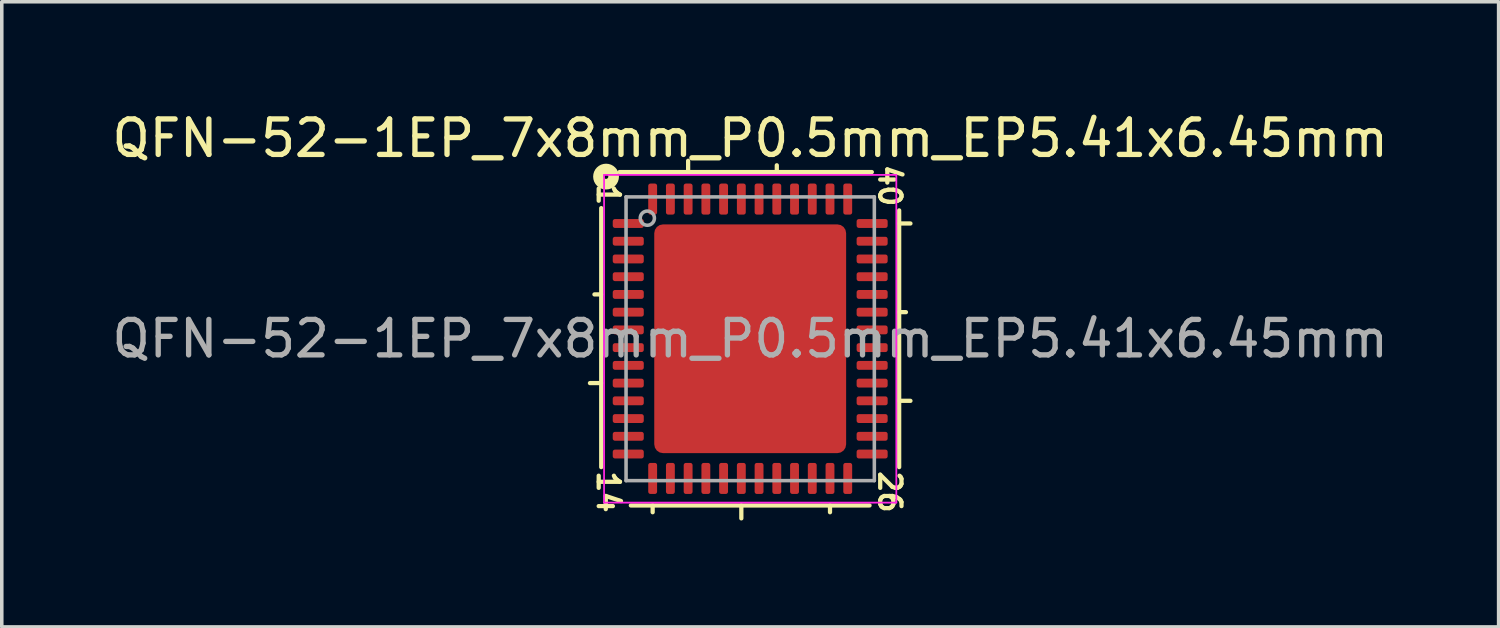
<source format=kicad_pcb>
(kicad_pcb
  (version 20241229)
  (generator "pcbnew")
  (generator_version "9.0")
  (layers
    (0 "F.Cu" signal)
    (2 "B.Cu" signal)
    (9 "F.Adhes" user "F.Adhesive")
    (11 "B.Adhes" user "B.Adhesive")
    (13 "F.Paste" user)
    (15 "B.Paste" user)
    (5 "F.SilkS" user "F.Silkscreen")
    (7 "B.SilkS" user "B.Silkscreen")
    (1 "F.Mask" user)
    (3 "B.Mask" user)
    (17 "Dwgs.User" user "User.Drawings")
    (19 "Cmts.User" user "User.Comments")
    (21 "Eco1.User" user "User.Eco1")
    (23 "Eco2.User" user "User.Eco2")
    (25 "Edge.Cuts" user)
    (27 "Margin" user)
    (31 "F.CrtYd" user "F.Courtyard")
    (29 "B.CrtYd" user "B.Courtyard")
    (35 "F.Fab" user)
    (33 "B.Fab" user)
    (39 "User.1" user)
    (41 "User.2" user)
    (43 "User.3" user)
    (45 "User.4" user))
  (footprint "QFN-52-1EP_7x8mm_P0.5mm_EP5.41x6.45mm"
    (layer "F.Cu")
    (at 18.101 6.501)
    (property "Reference" "QFN-52-1EP_7x8mm_P0.5mm_EP5.41x6.45mm" (at 0 -5.652 0) (layer "F.SilkS") (effects (font (size 1 1) (thickness 0.15))))
    (attr smd)
    (fp_line (start -4.2 -3.683) (end -4.2 3.619) (stroke (width 0.12) (type solid)) (layer "F.SilkS"))
    (fp_line (start -4.2 -1.25) (end -4.391 -1.25) (stroke (width 0.12) (type solid)) (layer "F.SilkS"))
    (fp_line (start -4.2 1.25) (end -4.518 1.25) (stroke (width 0.12) (type solid)) (layer "F.SilkS"))
    (fp_line (start -3.365 4.7) (end 3.365 4.7) (stroke (width 0.12) (type solid)) (layer "F.SilkS"))
    (fp_line (start -2.75 4.7) (end -2.75 4.891) (stroke (width 0.12) (type solid)) (layer "F.SilkS"))
    (fp_line (start -1.75 -4.7) (end -1.75 -5.018) (stroke (width 0.12) (type solid)) (layer "F.SilkS"))
    (fp_line (start -0.25 4.7) (end -0.25 5.064) (stroke (width 0.12) (type solid)) (layer "F.SilkS"))
    (fp_line (start 0.75 -4.7) (end 0.75 -4.891) (stroke (width 0.12) (type solid)) (layer "F.SilkS"))
    (fp_line (start 2.25 4.7) (end 2.25 4.891) (stroke (width 0.12) (type solid)) (layer "F.SilkS"))
    (fp_line (start 3.429 -4.7) (end -3.683 -4.7) (stroke (width 0.12) (type solid)) (layer "F.SilkS"))
    (fp_line (start 4.2 -3.25) (end 4.518 -3.25) (stroke (width 0.12) (type solid)) (layer "F.SilkS"))
    (fp_line (start 4.2 -0.75) (end 4.391 -0.75) (stroke (width 0.12) (type solid)) (layer "F.SilkS"))
    (fp_line (start 4.2 1.75) (end 4.518 1.75) (stroke (width 0.12) (type solid)) (layer "F.SilkS"))
    (fp_line (start 4.2 3.619) (end 4.2 -3.619) (stroke (width 0.12) (type solid)) (layer "F.SilkS"))
    (fp_circle (center -4.064 -4.572) (end -4 -4.572) (stroke (width 0.3) (type solid)) (fill no) (layer "F.SilkS"))
    (fp_line (start -4.12 -4.62) (end -4.12 4.62) (stroke (width 0.05) (type solid)) (layer "F.CrtYd"))
    (fp_line (start -4.12 4.62) (end 4.12 4.62) (stroke (width 0.05) (type solid)) (layer "F.CrtYd"))
    (fp_line (start 4.12 -4.62) (end -4.12 -4.62) (stroke (width 0.05) (type solid)) (layer "F.CrtYd"))
    (fp_line (start 4.12 4.62) (end 4.12 -4.62) (stroke (width 0.05) (type solid)) (layer "F.CrtYd"))
    (fp_line (start -3.5 -4) (end 3.5 -4) (stroke (width 0.1) (type solid)) (layer "F.Fab"))
    (fp_line (start -3.5 4) (end -3.5 -4) (stroke (width 0.1) (type solid)) (layer "F.Fab"))
    (fp_line (start 3.5 -4) (end 3.5 4) (stroke (width 0.1) (type solid)) (layer "F.Fab"))
    (fp_line (start 3.5 4) (end -3.5 4) (stroke (width 0.1) (type solid)) (layer "F.Fab"))
    (fp_circle (center -2.9 -3.4) (end -2.7 -3.4) (stroke (width 0.1) (type solid)) (fill no) (layer "F.Fab"))
    (fp_text user "1" (at -4 -4.064 270) (unlocked yes) (layer "F.SilkS") (effects (font (size 0.6 0.6) (thickness 0.12))))
    (fp_text user "14" (at -4 4.318 270) (unlocked yes) (layer "F.SilkS") (effects (font (size 0.6 0.6) (thickness 0.12))))
    (fp_text user "26" (at 3.937 4.318 270) (unlocked yes) (layer "F.SilkS") (effects (font (size 0.6 0.6) (thickness 0.12))))
    (fp_text user "40" (at 3.937 -4.318 270) (unlocked yes) (layer "F.SilkS") (effects (font (size 0.6 0.6) (thickness 0.12))))
    (fp_text user "${REFERENCE}" (at 0 0 0) (layer "F.Fab") (effects (font (size 1 1) (thickness 0.15))))
    (pad "" smd roundrect (at -2.025 -2.58) (size 1.09 1.04) (layers "F.Paste") (roundrect_rratio 0.24))
    (pad "" smd roundrect (at -2.025 -1.29) (size 1.09 1.04) (layers "F.Paste") (roundrect_rratio 0.24))
    (pad "" smd roundrect (at -2.025 0) (size 1.09 1.04) (layers "F.Paste") (roundrect_rratio 0.24))
    (pad "" smd roundrect (at -2.025 1.29) (size 1.09 1.04) (layers "F.Paste") (roundrect_rratio 0.24))
    (pad "" smd roundrect (at -2.025 2.58) (size 1.09 1.04) (layers "F.Paste") (roundrect_rratio 0.24))
    (pad "" smd roundrect (at -0.675 -2.58) (size 1.09 1.04) (layers "F.Paste") (roundrect_rratio 0.24))
    (pad "" smd roundrect (at -0.675 -1.29) (size 1.09 1.04) (layers "F.Paste") (roundrect_rratio 0.24))
    (pad "" smd roundrect (at -0.675 0) (size 1.09 1.04) (layers "F.Paste") (roundrect_rratio 0.24))
    (pad "" smd roundrect (at -0.675 1.29) (size 1.09 1.04) (layers "F.Paste") (roundrect_rratio 0.24))
    (pad "" smd roundrect (at -0.675 2.58) (size 1.09 1.04) (layers "F.Paste") (roundrect_rratio 0.24))
    (pad "" smd roundrect (at 0.675 -2.58) (size 1.09 1.04) (layers "F.Paste") (roundrect_rratio 0.24))
    (pad "" smd roundrect (at 0.675 -1.29) (size 1.09 1.04) (layers "F.Paste") (roundrect_rratio 0.24))
    (pad "" smd roundrect (at 0.675 0) (size 1.09 1.04) (layers "F.Paste") (roundrect_rratio 0.24))
    (pad "" smd roundrect (at 0.675 1.29) (size 1.09 1.04) (layers "F.Paste") (roundrect_rratio 0.24))
    (pad "" smd roundrect (at 0.675 2.58) (size 1.09 1.04) (layers "F.Paste") (roundrect_rratio 0.24))
    (pad "" smd roundrect (at 2.025 -2.58) (size 1.09 1.04) (layers "F.Paste") (roundrect_rratio 0.24))
    (pad "" smd roundrect (at 2.025 -1.29) (size 1.09 1.04) (layers "F.Paste") (roundrect_rratio 0.24))
    (pad "" smd roundrect (at 2.025 0) (size 1.09 1.04) (layers "F.Paste") (roundrect_rratio 0.24))
    (pad "" smd roundrect (at 2.025 1.29) (size 1.09 1.04) (layers "F.Paste") (roundrect_rratio 0.24))
    (pad "" smd roundrect (at 2.025 2.58) (size 1.09 1.04) (layers "F.Paste") (roundrect_rratio 0.24))
    (pad "1" smd roundrect (at -3.438 -3.25) (size 0.875 0.25) (layers "F.Cu" "F.Mask" "F.Paste") (roundrect_rratio 0.25))
    (pad "2" smd roundrect (at -3.438 -2.75) (size 0.875 0.25) (layers "F.Cu" "F.Mask" "F.Paste") (roundrect_rratio 0.25))
    (pad "3" smd roundrect (at -3.438 -2.25) (size 0.875 0.25) (layers "F.Cu" "F.Mask" "F.Paste") (roundrect_rratio 0.25))
    (pad "4" smd roundrect (at -3.438 -1.75) (size 0.875 0.25) (layers "F.Cu" "F.Mask" "F.Paste") (roundrect_rratio 0.25))
    (pad "5" smd roundrect (at -3.438 -1.25) (size 0.875 0.25) (layers "F.Cu" "F.Mask" "F.Paste") (roundrect_rratio 0.25))
    (pad "6" smd roundrect (at -3.438 -0.75) (size 0.875 0.25) (layers "F.Cu" "F.Mask" "F.Paste") (roundrect_rratio 0.25))
    (pad "7" smd roundrect (at -3.438 -0.25) (size 0.875 0.25) (layers "F.Cu" "F.Mask" "F.Paste") (roundrect_rratio 0.25))
    (pad "8" smd roundrect (at -3.438 0.25) (size 0.875 0.25) (layers "F.Cu" "F.Mask" "F.Paste") (roundrect_rratio 0.25))
    (pad "9" smd roundrect (at -3.438 0.75) (size 0.875 0.25) (layers "F.Cu" "F.Mask" "F.Paste") (roundrect_rratio 0.25))
    (pad "10" smd roundrect (at -3.438 1.25) (size 0.875 0.25) (layers "F.Cu" "F.Mask" "F.Paste") (roundrect_rratio 0.25))
    (pad "11" smd roundrect (at -3.438 1.75) (size 0.875 0.25) (layers "F.Cu" "F.Mask" "F.Paste") (roundrect_rratio 0.25))
    (pad "12" smd roundrect (at -3.438 2.25) (size 0.875 0.25) (layers "F.Cu" "F.Mask" "F.Paste") (roundrect_rratio 0.25))
    (pad "13" smd roundrect (at -3.438 2.75) (size 0.875 0.25) (layers "F.Cu" "F.Mask" "F.Paste") (roundrect_rratio 0.25))
    (pad "14" smd roundrect (at -3.438 3.25) (size 0.875 0.25) (layers "F.Cu" "F.Mask" "F.Paste") (roundrect_rratio 0.25))
    (pad "15" smd roundrect (at -2.75 3.938) (size 0.25 0.875) (layers "F.Cu" "F.Mask" "F.Paste") (roundrect_rratio 0.25))
    (pad "16" smd roundrect (at -2.25 3.938) (size 0.25 0.875) (layers "F.Cu" "F.Mask" "F.Paste") (roundrect_rratio 0.25))
    (pad "17" smd roundrect (at -1.75 3.938) (size 0.25 0.875) (layers "F.Cu" "F.Mask" "F.Paste") (roundrect_rratio 0.25))
    (pad "18" smd roundrect (at -1.25 3.938) (size 0.25 0.875) (layers "F.Cu" "F.Mask" "F.Paste") (roundrect_rratio 0.25))
    (pad "19" smd roundrect (at -0.75 3.938) (size 0.25 0.875) (layers "F.Cu" "F.Mask" "F.Paste") (roundrect_rratio 0.25))
    (pad "20" smd roundrect (at -0.25 3.938) (size 0.25 0.875) (layers "F.Cu" "F.Mask" "F.Paste") (roundrect_rratio 0.25))
    (pad "21" smd roundrect (at 0.25 3.938) (size 0.25 0.875) (layers "F.Cu" "F.Mask" "F.Paste") (roundrect_rratio 0.25))
    (pad "22" smd roundrect (at 0.75 3.938) (size 0.25 0.875) (layers "F.Cu" "F.Mask" "F.Paste") (roundrect_rratio 0.25))
    (pad "23" smd roundrect (at 1.25 3.938) (size 0.25 0.875) (layers "F.Cu" "F.Mask" "F.Paste") (roundrect_rratio 0.25))
    (pad "24" smd roundrect (at 1.75 3.938) (size 0.25 0.875) (layers "F.Cu" "F.Mask" "F.Paste") (roundrect_rratio 0.25))
    (pad "25" smd roundrect (at 2.25 3.938) (size 0.25 0.875) (layers "F.Cu" "F.Mask" "F.Paste") (roundrect_rratio 0.25))
    (pad "26" smd roundrect (at 2.75 3.938) (size 0.25 0.875) (layers "F.Cu" "F.Mask" "F.Paste") (roundrect_rratio 0.25))
    (pad "27" smd roundrect (at 3.438 3.25) (size 0.875 0.25) (layers "F.Cu" "F.Mask" "F.Paste") (roundrect_rratio 0.25))
    (pad "28" smd roundrect (at 3.438 2.75) (size 0.875 0.25) (layers "F.Cu" "F.Mask" "F.Paste") (roundrect_rratio 0.25))
    (pad "29" smd roundrect (at 3.438 2.25) (size 0.875 0.25) (layers "F.Cu" "F.Mask" "F.Paste") (roundrect_rratio 0.25))
    (pad "30" smd roundrect (at 3.438 1.75) (size 0.875 0.25) (layers "F.Cu" "F.Mask" "F.Paste") (roundrect_rratio 0.25))
    (pad "31" smd roundrect (at 3.438 1.25) (size 0.875 0.25) (layers "F.Cu" "F.Mask" "F.Paste") (roundrect_rratio 0.25))
    (pad "32" smd roundrect (at 3.438 0.75) (size 0.875 0.25) (layers "F.Cu" "F.Mask" "F.Paste") (roundrect_rratio 0.25))
    (pad "33" smd roundrect (at 3.438 0.25) (size 0.875 0.25) (layers "F.Cu" "F.Mask" "F.Paste") (roundrect_rratio 0.25))
    (pad "34" smd roundrect (at 3.438 -0.25) (size 0.875 0.25) (layers "F.Cu" "F.Mask" "F.Paste") (roundrect_rratio 0.25))
    (pad "35" smd roundrect (at 3.438 -0.75) (size 0.875 0.25) (layers "F.Cu" "F.Mask" "F.Paste") (roundrect_rratio 0.25))
    (pad "36" smd roundrect (at 3.438 -1.25) (size 0.875 0.25) (layers "F.Cu" "F.Mask" "F.Paste") (roundrect_rratio 0.25))
    (pad "37" smd roundrect (at 3.438 -1.75) (size 0.875 0.25) (layers "F.Cu" "F.Mask" "F.Paste") (roundrect_rratio 0.25))
    (pad "38" smd roundrect (at 3.438 -2.25) (size 0.875 0.25) (layers "F.Cu" "F.Mask" "F.Paste") (roundrect_rratio 0.25))
    (pad "39" smd roundrect (at 3.438 -2.75) (size 0.875 0.25) (layers "F.Cu" "F.Mask" "F.Paste") (roundrect_rratio 0.25))
    (pad "40" smd roundrect (at 3.438 -3.25) (size 0.875 0.25) (layers "F.Cu" "F.Mask" "F.Paste") (roundrect_rratio 0.25))
    (pad "41" smd roundrect (at 2.75 -3.938) (size 0.25 0.875) (layers "F.Cu" "F.Mask" "F.Paste") (roundrect_rratio 0.25))
    (pad "42" smd roundrect (at 2.25 -3.938) (size 0.25 0.875) (layers "F.Cu" "F.Mask" "F.Paste") (roundrect_rratio 0.25))
    (pad "43" smd roundrect (at 1.75 -3.938) (size 0.25 0.875) (layers "F.Cu" "F.Mask" "F.Paste") (roundrect_rratio 0.25))
    (pad "44" smd roundrect (at 1.25 -3.938) (size 0.25 0.875) (layers "F.Cu" "F.Mask" "F.Paste") (roundrect_rratio 0.25))
    (pad "45" smd roundrect (at 0.75 -3.938) (size 0.25 0.875) (layers "F.Cu" "F.Mask" "F.Paste") (roundrect_rratio 0.25))
    (pad "46" smd roundrect (at 0.25 -3.938) (size 0.25 0.875) (layers "F.Cu" "F.Mask" "F.Paste") (roundrect_rratio 0.25))
    (pad "47" smd roundrect (at -0.25 -3.938) (size 0.25 0.875) (layers "F.Cu" "F.Mask" "F.Paste") (roundrect_rratio 0.25))
    (pad "48" smd roundrect (at -0.75 -3.938) (size 0.25 0.875) (layers "F.Cu" "F.Mask" "F.Paste") (roundrect_rratio 0.25))
    (pad "49" smd roundrect (at -1.25 -3.938) (size 0.25 0.875) (layers "F.Cu" "F.Mask" "F.Paste") (roundrect_rratio 0.25))
    (pad "50" smd roundrect (at -1.75 -3.938) (size 0.25 0.875) (layers "F.Cu" "F.Mask" "F.Paste") (roundrect_rratio 0.25))
    (pad "51" smd roundrect (at -2.25 -3.938) (size 0.25 0.875) (layers "F.Cu" "F.Mask" "F.Paste") (roundrect_rratio 0.25))
    (pad "52" smd roundrect (at -2.75 -3.938) (size 0.25 0.875) (layers "F.Cu" "F.Mask" "F.Paste") (roundrect_rratio 0.25))
    (pad "53" smd roundrect (at 0 0) (size 5.41 6.45) (layers "F.Cu" "F.Mask") (roundrect_rratio 0.046)))
  (gr_rect
    (start -3 -3)
    (end 39.202 14.625)
    (stroke (width 0.1) (type default))
    (fill no)
    (layer "Edge.Cuts")))
</source>
